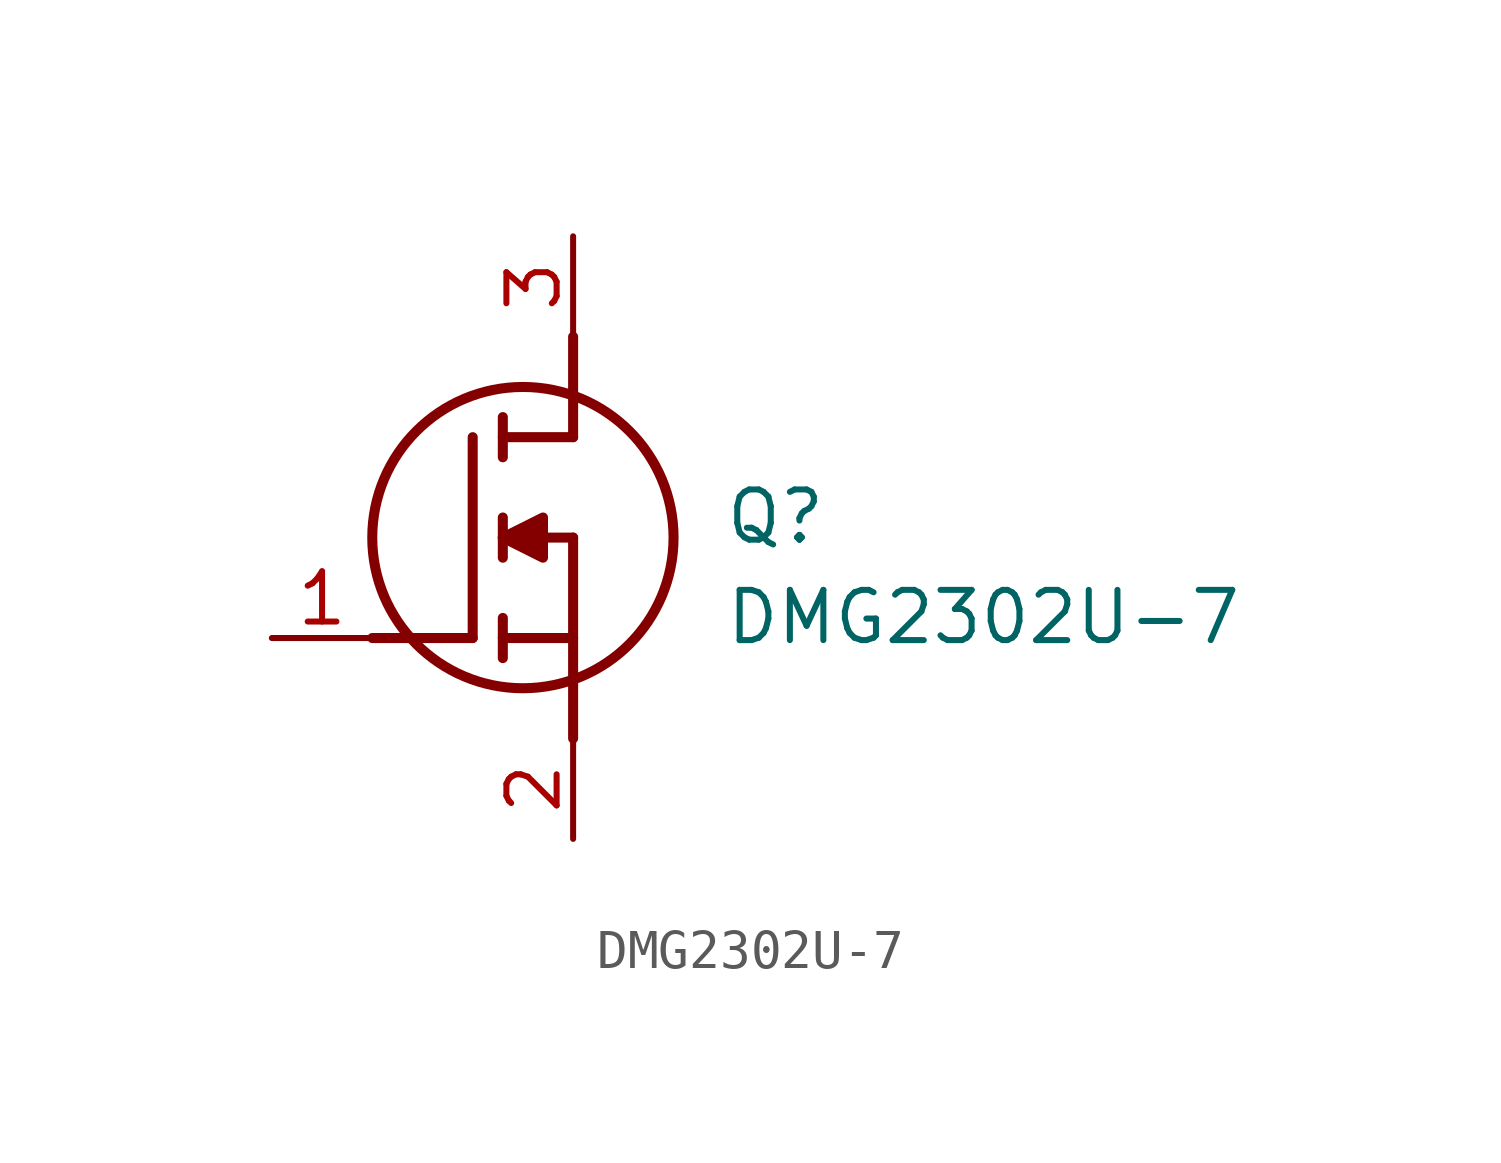
<source format=kicad_sym>
(kicad_symbol_lib
  (version 20211014)
  (generator SamacSys_ECAD_Model)
  (symbol "DMG2302U-7"
    (pin_names hide)
    (property "Reference" "Q"
      (at 11.43 3.81 0)
      (effects (font (size 1.27 1.27)) (justify left top)))
    (property "Value" "DMG2302U-7"
      (at 11.43 1.27 0)
      (effects (font (size 1.27 1.27)) (justify left top)))
    (polyline
      (pts (xy 7.62 2.54) (xy 7.62 -2.54))
      (stroke (width 0.254) (type default))
      (fill (type none)))
    (polyline
      (pts (xy 7.62 5.08) (xy 7.62 7.62))
      (stroke (width 0.254) (type default))
      (fill (type none)))
    (polyline
      (pts (xy 2.54 0) (xy 5.08 0))
      (stroke (width 0.254) (type default))
      (fill (type none)))
    (polyline
      (pts (xy 5.08 5.08) (xy 5.08 0))
      (stroke (width 0.254) (type default))
      (fill (type none)))
    (polyline
      (pts (xy 7.62 2.54) (xy 5.842 2.54))
      (stroke (width 0.254) (type default))
      (fill (type none)))
    (polyline
      (pts (xy 7.62 5.08) (xy 5.842 5.08))
      (stroke (width 0.254) (type default))
      (fill (type none)))
    (polyline
      (pts (xy 5.842 0) (xy 7.62 0))
      (stroke (width 0.254) (type default))
      (fill (type none)))
    (polyline
      (pts (xy 5.842 5.588) (xy 5.842 4.572))
      (stroke (width 0.254) (type default))
      (fill (type none)))
    (polyline
      (pts (xy 5.842 -0.508) (xy 5.842 0.508))
      (stroke (width 0.254) (type default))
      (fill (type none)))
    (polyline
      (pts (xy 5.842 2.032) (xy 5.842 3.048))
      (stroke (width 0.254) (type default))
      (fill (type none)))
    (circle
      (center 6.35 2.54)
      (radius 3.81)
      (stroke (width 0.254) (type default))
      (fill (type none)))
    (polyline
      (pts (xy 5.842 2.54) (xy 6.858 3.048) (xy 6.858 2.032) (xy 5.842 2.54))
      (stroke (width 0.254) (type default))
      (fill (type outline)))
    (pin passive line
      (at 0 0 0)
      (length 2.54)
      (name "G" (effects (font (size 1.27 1.27))))
      (number "1" (effects (font (size 1.27 1.27)))))
    (pin passive line
      (at 7.62 10.16 270)
      (length 2.54)
      (name "D" (effects (font (size 1.27 1.27))))
      (number "3" (effects (font (size 1.27 1.27)))))
    (pin passive line
      (at 7.62 -5.08 90)
      (length 2.54)
      (name "S" (effects (font (size 1.27 1.27))))
      (number "2" (effects (font (size 1.27 1.27)))))))
</source>
